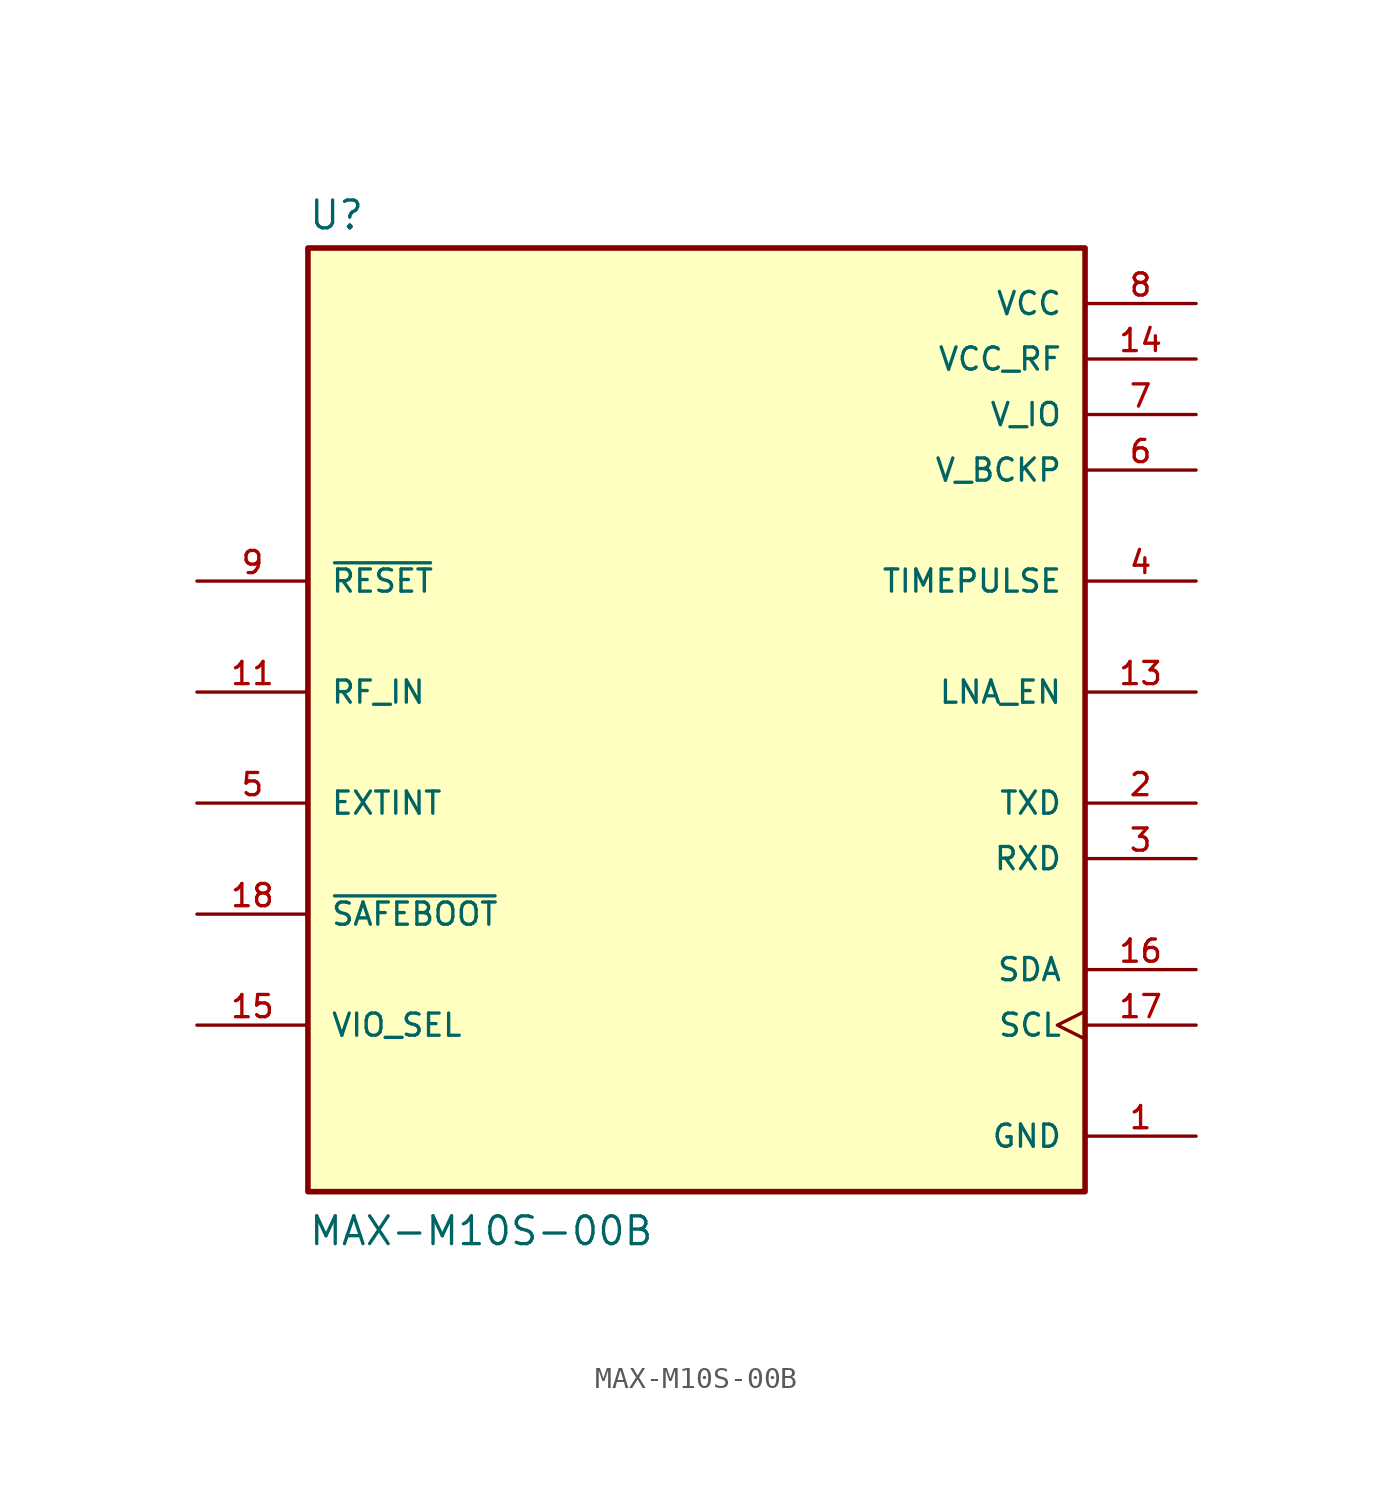
<source format=kicad_sym>
(kicad_symbol_lib
  (version 20211014)
  (generator kicad_symbol_editor)
  (symbol "MAX-M10S-00B"
    (pin_names
      (offset 1.016))
    (property "Reference" "U"
      (at -17.78 21.082 0)
      (effects (font (size 1.27 1.27)) (justify bottom left)))
    (property "Value" "MAX-M10S-00B"
      (at -17.78 -25.4 0)
      (effects (font (size 1.27 1.27)) (justify bottom left)))
    (symbol "MAX-M10S-00B_0_0"
      (rectangle (start -17.78 -22.86) (end 17.78 20.32) (stroke (width 0.254)) (fill (type background)))
      (pin power_in line (at 22.86 -20.32 180.0) (length 5.08) (name "GND" (effects (font (size 1.016 1.016)))) (number "1" (effects (font (size 1.016 1.016)))))
      (pin power_in line (at 22.86 -20.32 180.0) (length 5.08) hide (name "GND" (effects (font (size 1.016 1.016)))) (number "10" (effects (font (size 1.016 1.016)))))
      (pin power_in line (at 22.86 -20.32 180.0) (length 5.08) hide (name "GND" (effects (font (size 1.016 1.016)))) (number "12" (effects (font (size 1.016 1.016)))))
      (pin output line (at 22.86 -5.08 180.0) (length 5.08) (name "TXD" (effects (font (size 1.016 1.016)))) (number "2" (effects (font (size 1.016 1.016)))))
      (pin input line (at 22.86 -7.62 180.0) (length 5.08) (name "RXD" (effects (font (size 1.016 1.016)))) (number "3" (effects (font (size 1.016 1.016)))))
      (pin output line (at 22.86 5.08 180.0) (length 5.08) (name "TIMEPULSE" (effects (font (size 1.016 1.016)))) (number "4" (effects (font (size 1.016 1.016)))))
      (pin input line (at -22.86 -5.08 0) (length 5.08) (name "EXTINT" (effects (font (size 1.016 1.016)))) (number "5" (effects (font (size 1.016 1.016)))))
      (pin power_in line (at 22.86 10.16 180.0) (length 5.08) (name "V_BCKP" (effects (font (size 1.016 1.016)))) (number "6" (effects (font (size 1.016 1.016)))))
      (pin power_in line (at 22.86 12.7 180.0) (length 5.08) (name "V_IO" (effects (font (size 1.016 1.016)))) (number "7" (effects (font (size 1.016 1.016)))))
      (pin power_in line (at 22.86 17.78 180.0) (length 5.08) (name "VCC" (effects (font (size 1.016 1.016)))) (number "8" (effects (font (size 1.016 1.016)))))
      (pin input line (at -22.86 5.08 0) (length 5.08) (name "~{RESET}" (effects (font (size 1.016 1.016)))) (number "9" (effects (font (size 1.016 1.016)))))
      (pin input line (at -22.86 0.0 0) (length 5.08) (name "RF_IN" (effects (font (size 1.016 1.016)))) (number "11" (effects (font (size 1.016 1.016)))))
      (pin output line (at 22.86 0.0 180.0) (length 5.08) (name "LNA_EN" (effects (font (size 1.016 1.016)))) (number "13" (effects (font (size 1.016 1.016)))))
      (pin power_in line (at 22.86 15.24 180.0) (length 5.08) (name "VCC_RF" (effects (font (size 1.016 1.016)))) (number "14" (effects (font (size 1.016 1.016)))))
      (pin input line (at -22.86 -15.24 0) (length 5.08) (name "VIO_SEL" (effects (font (size 1.016 1.016)))) (number "15" (effects (font (size 1.016 1.016)))))
      (pin bidirectional line (at 22.86 -12.7 180.0) (length 5.08) (name "SDA" (effects (font (size 1.016 1.016)))) (number "16" (effects (font (size 1.016 1.016)))))
      (pin input clock (at 22.86 -15.24 180.0) (length 5.08) (name "SCL" (effects (font (size 1.016 1.016)))) (number "17" (effects (font (size 1.016 1.016)))))
      (pin input line (at -22.86 -10.16 0) (length 5.08) (name "~{SAFEBOOT}" (effects (font (size 1.016 1.016)))) (number "18" (effects (font (size 1.016 1.016))))))))
</source>
